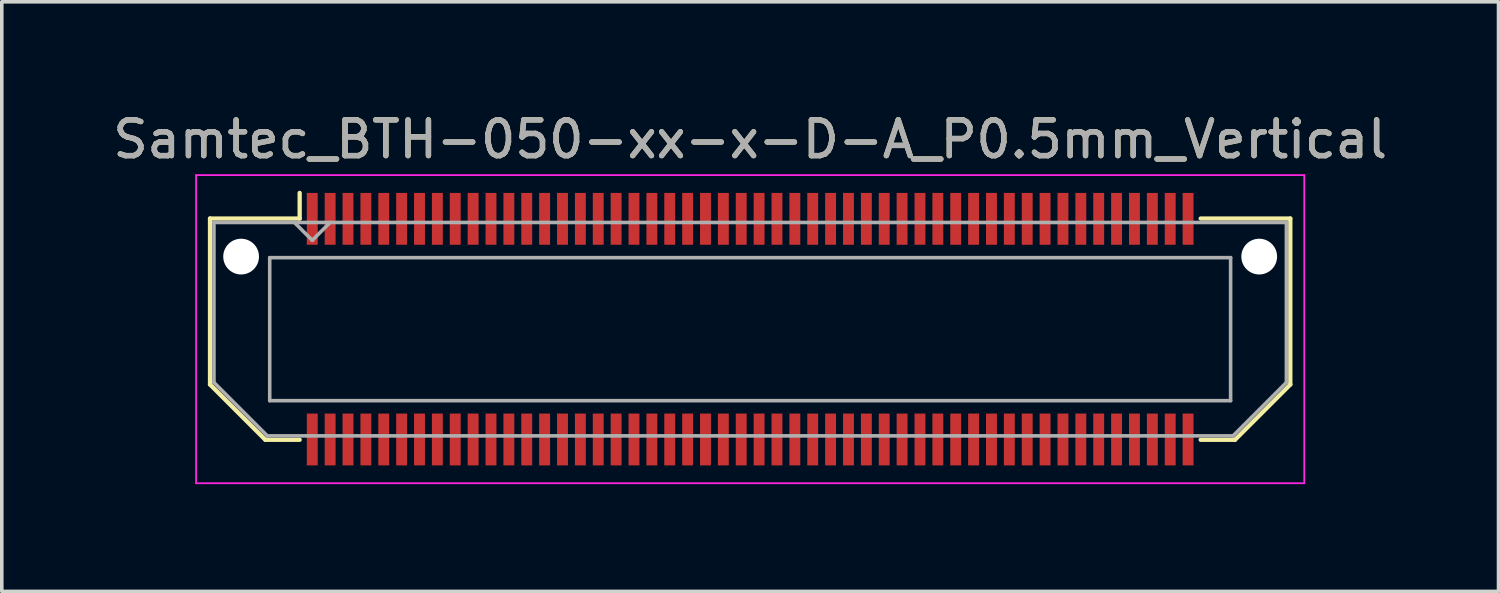
<source format=kicad_pcb>
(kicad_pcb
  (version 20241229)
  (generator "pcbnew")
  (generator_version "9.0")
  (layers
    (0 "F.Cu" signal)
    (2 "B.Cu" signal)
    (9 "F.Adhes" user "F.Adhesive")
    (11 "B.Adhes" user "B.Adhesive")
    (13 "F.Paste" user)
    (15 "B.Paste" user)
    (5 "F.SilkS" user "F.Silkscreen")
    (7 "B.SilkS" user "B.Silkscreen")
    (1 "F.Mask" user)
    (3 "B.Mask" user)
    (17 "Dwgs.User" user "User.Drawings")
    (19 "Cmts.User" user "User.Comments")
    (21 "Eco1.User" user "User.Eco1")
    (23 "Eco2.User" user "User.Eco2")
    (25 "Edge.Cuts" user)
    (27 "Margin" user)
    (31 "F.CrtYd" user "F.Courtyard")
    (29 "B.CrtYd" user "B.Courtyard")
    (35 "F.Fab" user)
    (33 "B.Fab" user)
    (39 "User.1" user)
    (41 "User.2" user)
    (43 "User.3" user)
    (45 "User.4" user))
  (footprint "Samtec_BTH-050-xx-x-D-A_P0.5mm_Vertical"
    (layer "F.Cu")
    (at 17.935 6.158)
    (property "Reference" "Samtec_BTH-050-xx-x-D-A_P0.5mm_Vertical" (at 0 -5.31 0) (layer "F.SilkS") (effects (font (size 1 1) (thickness 0.15))))
    (attr smd)
    (fp_line (start -15.11 -3.095) (end -15.11 1.548) (stroke (width 0.12) (type solid)) (layer "F.SilkS"))
    (fp_line (start -15.11 1.548) (end -13.562 3.095) (stroke (width 0.12) (type solid)) (layer "F.SilkS"))
    (fp_line (start -13.562 3.095) (end -12.602 3.095) (stroke (width 0.12) (type solid)) (layer "F.SilkS"))
    (fp_line (start -12.602 -3.811) (end -12.602 -3.095) (stroke (width 0.12) (type solid)) (layer "F.SilkS"))
    (fp_line (start -12.602 -3.095) (end -15.11 -3.095) (stroke (width 0.12) (type solid)) (layer "F.SilkS"))
    (fp_line (start 12.602 -3.095) (end 15.11 -3.095) (stroke (width 0.12) (type solid)) (layer "F.SilkS"))
    (fp_line (start 13.562 3.095) (end 12.602 3.095) (stroke (width 0.12) (type solid)) (layer "F.SilkS"))
    (fp_line (start 15.11 -3.095) (end 15.11 1.548) (stroke (width 0.12) (type solid)) (layer "F.SilkS"))
    (fp_line (start 15.11 1.548) (end 13.562 3.095) (stroke (width 0.12) (type solid)) (layer "F.SilkS"))
    (fp_line (start -15.5 -4.31) (end -15.5 4.31) (stroke (width 0.05) (type solid)) (layer "F.CrtYd"))
    (fp_line (start -15.5 4.31) (end 15.5 4.31) (stroke (width 0.05) (type solid)) (layer "F.CrtYd"))
    (fp_line (start 15.5 -4.31) (end -15.5 -4.31) (stroke (width 0.05) (type solid)) (layer "F.CrtYd"))
    (fp_line (start 15.5 4.31) (end 15.5 -4.31) (stroke (width 0.05) (type solid)) (layer "F.CrtYd"))
    (fp_line (start -15 -2.985) (end -15 1.492) (stroke (width 0.1) (type solid)) (layer "F.Fab"))
    (fp_line (start -15 -2.985) (end 15 -2.985) (stroke (width 0.1) (type solid)) (layer "F.Fab"))
    (fp_line (start -15 1.492) (end -13.508 2.985) (stroke (width 0.1) (type solid)) (layer "F.Fab"))
    (fp_line (start -13.508 2.985) (end 13.508 2.985) (stroke (width 0.1) (type solid)) (layer "F.Fab"))
    (fp_line (start -13.44 -2) (end -13.44 2) (stroke (width 0.1) (type solid)) (layer "F.Fab"))
    (fp_line (start -13.44 2) (end 13.44 2) (stroke (width 0.1) (type solid)) (layer "F.Fab"))
    (fp_line (start -12.25 -2.485) (end -12.75 -2.985) (stroke (width 0.1) (type solid)) (layer "F.Fab"))
    (fp_line (start -11.75 -2.985) (end -12.25 -2.485) (stroke (width 0.1) (type solid)) (layer "F.Fab"))
    (fp_line (start 13.44 -2) (end -13.44 -2) (stroke (width 0.1) (type solid)) (layer "F.Fab"))
    (fp_line (start 13.44 2) (end 13.44 -2) (stroke (width 0.1) (type solid)) (layer "F.Fab"))
    (fp_line (start 15 -2.985) (end 15 1.492) (stroke (width 0.1) (type solid)) (layer "F.Fab"))
    (fp_line (start 15 1.492) (end 13.508 2.985) (stroke (width 0.1) (type solid)) (layer "F.Fab"))
    (fp_text user "${REFERENCE}" (at 0 -5.31 0) (layer "F.Fab") (effects (font (size 1 1) (thickness 0.15))))
    (pad "" np_thru_hole circle (at -14.24 -2.03) (size 1 1) (drill 1) (layers "*.Cu" "*.Mask"))
    (pad "" np_thru_hole circle (at 14.24 -2.03) (size 1 1) (drill 1) (layers "*.Cu" "*.Mask"))
    (pad "1" smd rect (at -12.25 -3.086) (size 0.305 1.45) (layers "F.Cu" "F.Mask" "F.Paste"))
    (pad "2" smd rect (at -12.25 3.086) (size 0.305 1.45) (layers "F.Cu" "F.Mask" "F.Paste"))
    (pad "3" smd rect (at -11.75 -3.086) (size 0.305 1.45) (layers "F.Cu" "F.Mask" "F.Paste"))
    (pad "4" smd rect (at -11.75 3.086) (size 0.305 1.45) (layers "F.Cu" "F.Mask" "F.Paste"))
    (pad "5" smd rect (at -11.25 -3.086) (size 0.305 1.45) (layers "F.Cu" "F.Mask" "F.Paste"))
    (pad "6" smd rect (at -11.25 3.086) (size 0.305 1.45) (layers "F.Cu" "F.Mask" "F.Paste"))
    (pad "7" smd rect (at -10.75 -3.086) (size 0.305 1.45) (layers "F.Cu" "F.Mask" "F.Paste"))
    (pad "8" smd rect (at -10.75 3.086) (size 0.305 1.45) (layers "F.Cu" "F.Mask" "F.Paste"))
    (pad "9" smd rect (at -10.25 -3.086) (size 0.305 1.45) (layers "F.Cu" "F.Mask" "F.Paste"))
    (pad "10" smd rect (at -10.25 3.086) (size 0.305 1.45) (layers "F.Cu" "F.Mask" "F.Paste"))
    (pad "11" smd rect (at -9.75 -3.086) (size 0.305 1.45) (layers "F.Cu" "F.Mask" "F.Paste"))
    (pad "12" smd rect (at -9.75 3.086) (size 0.305 1.45) (layers "F.Cu" "F.Mask" "F.Paste"))
    (pad "13" smd rect (at -9.25 -3.086) (size 0.305 1.45) (layers "F.Cu" "F.Mask" "F.Paste"))
    (pad "14" smd rect (at -9.25 3.086) (size 0.305 1.45) (layers "F.Cu" "F.Mask" "F.Paste"))
    (pad "15" smd rect (at -8.75 -3.086) (size 0.305 1.45) (layers "F.Cu" "F.Mask" "F.Paste"))
    (pad "16" smd rect (at -8.75 3.086) (size 0.305 1.45) (layers "F.Cu" "F.Mask" "F.Paste"))
    (pad "17" smd rect (at -8.25 -3.086) (size 0.305 1.45) (layers "F.Cu" "F.Mask" "F.Paste"))
    (pad "18" smd rect (at -8.25 3.086) (size 0.305 1.45) (layers "F.Cu" "F.Mask" "F.Paste"))
    (pad "19" smd rect (at -7.75 -3.086) (size 0.305 1.45) (layers "F.Cu" "F.Mask" "F.Paste"))
    (pad "20" smd rect (at -7.75 3.086) (size 0.305 1.45) (layers "F.Cu" "F.Mask" "F.Paste"))
    (pad "21" smd rect (at -7.25 -3.086) (size 0.305 1.45) (layers "F.Cu" "F.Mask" "F.Paste"))
    (pad "22" smd rect (at -7.25 3.086) (size 0.305 1.45) (layers "F.Cu" "F.Mask" "F.Paste"))
    (pad "23" smd rect (at -6.75 -3.086) (size 0.305 1.45) (layers "F.Cu" "F.Mask" "F.Paste"))
    (pad "24" smd rect (at -6.75 3.086) (size 0.305 1.45) (layers "F.Cu" "F.Mask" "F.Paste"))
    (pad "25" smd rect (at -6.25 -3.086) (size 0.305 1.45) (layers "F.Cu" "F.Mask" "F.Paste"))
    (pad "26" smd rect (at -6.25 3.086) (size 0.305 1.45) (layers "F.Cu" "F.Mask" "F.Paste"))
    (pad "27" smd rect (at -5.75 -3.086) (size 0.305 1.45) (layers "F.Cu" "F.Mask" "F.Paste"))
    (pad "28" smd rect (at -5.75 3.086) (size 0.305 1.45) (layers "F.Cu" "F.Mask" "F.Paste"))
    (pad "29" smd rect (at -5.25 -3.086) (size 0.305 1.45) (layers "F.Cu" "F.Mask" "F.Paste"))
    (pad "30" smd rect (at -5.25 3.086) (size 0.305 1.45) (layers "F.Cu" "F.Mask" "F.Paste"))
    (pad "31" smd rect (at -4.75 -3.086) (size 0.305 1.45) (layers "F.Cu" "F.Mask" "F.Paste"))
    (pad "32" smd rect (at -4.75 3.086) (size 0.305 1.45) (layers "F.Cu" "F.Mask" "F.Paste"))
    (pad "33" smd rect (at -4.25 -3.086) (size 0.305 1.45) (layers "F.Cu" "F.Mask" "F.Paste"))
    (pad "34" smd rect (at -4.25 3.086) (size 0.305 1.45) (layers "F.Cu" "F.Mask" "F.Paste"))
    (pad "35" smd rect (at -3.75 -3.086) (size 0.305 1.45) (layers "F.Cu" "F.Mask" "F.Paste"))
    (pad "36" smd rect (at -3.75 3.086) (size 0.305 1.45) (layers "F.Cu" "F.Mask" "F.Paste"))
    (pad "37" smd rect (at -3.25 -3.086) (size 0.305 1.45) (layers "F.Cu" "F.Mask" "F.Paste"))
    (pad "38" smd rect (at -3.25 3.086) (size 0.305 1.45) (layers "F.Cu" "F.Mask" "F.Paste"))
    (pad "39" smd rect (at -2.75 -3.086) (size 0.305 1.45) (layers "F.Cu" "F.Mask" "F.Paste"))
    (pad "40" smd rect (at -2.75 3.086) (size 0.305 1.45) (layers "F.Cu" "F.Mask" "F.Paste"))
    (pad "41" smd rect (at -2.25 -3.086) (size 0.305 1.45) (layers "F.Cu" "F.Mask" "F.Paste"))
    (pad "42" smd rect (at -2.25 3.086) (size 0.305 1.45) (layers "F.Cu" "F.Mask" "F.Paste"))
    (pad "43" smd rect (at -1.75 -3.086) (size 0.305 1.45) (layers "F.Cu" "F.Mask" "F.Paste"))
    (pad "44" smd rect (at -1.75 3.086) (size 0.305 1.45) (layers "F.Cu" "F.Mask" "F.Paste"))
    (pad "45" smd rect (at -1.25 -3.086) (size 0.305 1.45) (layers "F.Cu" "F.Mask" "F.Paste"))
    (pad "46" smd rect (at -1.25 3.086) (size 0.305 1.45) (layers "F.Cu" "F.Mask" "F.Paste"))
    (pad "47" smd rect (at -0.75 -3.086) (size 0.305 1.45) (layers "F.Cu" "F.Mask" "F.Paste"))
    (pad "48" smd rect (at -0.75 3.086) (size 0.305 1.45) (layers "F.Cu" "F.Mask" "F.Paste"))
    (pad "49" smd rect (at -0.25 -3.086) (size 0.305 1.45) (layers "F.Cu" "F.Mask" "F.Paste"))
    (pad "50" smd rect (at -0.25 3.086) (size 0.305 1.45) (layers "F.Cu" "F.Mask" "F.Paste"))
    (pad "51" smd rect (at 0.25 -3.086) (size 0.305 1.45) (layers "F.Cu" "F.Mask" "F.Paste"))
    (pad "52" smd rect (at 0.25 3.086) (size 0.305 1.45) (layers "F.Cu" "F.Mask" "F.Paste"))
    (pad "53" smd rect (at 0.75 -3.086) (size 0.305 1.45) (layers "F.Cu" "F.Mask" "F.Paste"))
    (pad "54" smd rect (at 0.75 3.086) (size 0.305 1.45) (layers "F.Cu" "F.Mask" "F.Paste"))
    (pad "55" smd rect (at 1.25 -3.086) (size 0.305 1.45) (layers "F.Cu" "F.Mask" "F.Paste"))
    (pad "56" smd rect (at 1.25 3.086) (size 0.305 1.45) (layers "F.Cu" "F.Mask" "F.Paste"))
    (pad "57" smd rect (at 1.75 -3.086) (size 0.305 1.45) (layers "F.Cu" "F.Mask" "F.Paste"))
    (pad "58" smd rect (at 1.75 3.086) (size 0.305 1.45) (layers "F.Cu" "F.Mask" "F.Paste"))
    (pad "59" smd rect (at 2.25 -3.086) (size 0.305 1.45) (layers "F.Cu" "F.Mask" "F.Paste"))
    (pad "60" smd rect (at 2.25 3.086) (size 0.305 1.45) (layers "F.Cu" "F.Mask" "F.Paste"))
    (pad "61" smd rect (at 2.75 -3.086) (size 0.305 1.45) (layers "F.Cu" "F.Mask" "F.Paste"))
    (pad "62" smd rect (at 2.75 3.086) (size 0.305 1.45) (layers "F.Cu" "F.Mask" "F.Paste"))
    (pad "63" smd rect (at 3.25 -3.086) (size 0.305 1.45) (layers "F.Cu" "F.Mask" "F.Paste"))
    (pad "64" smd rect (at 3.25 3.086) (size 0.305 1.45) (layers "F.Cu" "F.Mask" "F.Paste"))
    (pad "65" smd rect (at 3.75 -3.086) (size 0.305 1.45) (layers "F.Cu" "F.Mask" "F.Paste"))
    (pad "66" smd rect (at 3.75 3.086) (size 0.305 1.45) (layers "F.Cu" "F.Mask" "F.Paste"))
    (pad "67" smd rect (at 4.25 -3.086) (size 0.305 1.45) (layers "F.Cu" "F.Mask" "F.Paste"))
    (pad "68" smd rect (at 4.25 3.086) (size 0.305 1.45) (layers "F.Cu" "F.Mask" "F.Paste"))
    (pad "69" smd rect (at 4.75 -3.086) (size 0.305 1.45) (layers "F.Cu" "F.Mask" "F.Paste"))
    (pad "70" smd rect (at 4.75 3.086) (size 0.305 1.45) (layers "F.Cu" "F.Mask" "F.Paste"))
    (pad "71" smd rect (at 5.25 -3.086) (size 0.305 1.45) (layers "F.Cu" "F.Mask" "F.Paste"))
    (pad "72" smd rect (at 5.25 3.086) (size 0.305 1.45) (layers "F.Cu" "F.Mask" "F.Paste"))
    (pad "73" smd rect (at 5.75 -3.086) (size 0.305 1.45) (layers "F.Cu" "F.Mask" "F.Paste"))
    (pad "74" smd rect (at 5.75 3.086) (size 0.305 1.45) (layers "F.Cu" "F.Mask" "F.Paste"))
    (pad "75" smd rect (at 6.25 -3.086) (size 0.305 1.45) (layers "F.Cu" "F.Mask" "F.Paste"))
    (pad "76" smd rect (at 6.25 3.086) (size 0.305 1.45) (layers "F.Cu" "F.Mask" "F.Paste"))
    (pad "77" smd rect (at 6.75 -3.086) (size 0.305 1.45) (layers "F.Cu" "F.Mask" "F.Paste"))
    (pad "78" smd rect (at 6.75 3.086) (size 0.305 1.45) (layers "F.Cu" "F.Mask" "F.Paste"))
    (pad "79" smd rect (at 7.25 -3.086) (size 0.305 1.45) (layers "F.Cu" "F.Mask" "F.Paste"))
    (pad "80" smd rect (at 7.25 3.086) (size 0.305 1.45) (layers "F.Cu" "F.Mask" "F.Paste"))
    (pad "81" smd rect (at 7.75 -3.086) (size 0.305 1.45) (layers "F.Cu" "F.Mask" "F.Paste"))
    (pad "82" smd rect (at 7.75 3.086) (size 0.305 1.45) (layers "F.Cu" "F.Mask" "F.Paste"))
    (pad "83" smd rect (at 8.25 -3.086) (size 0.305 1.45) (layers "F.Cu" "F.Mask" "F.Paste"))
    (pad "84" smd rect (at 8.25 3.086) (size 0.305 1.45) (layers "F.Cu" "F.Mask" "F.Paste"))
    (pad "85" smd rect (at 8.75 -3.086) (size 0.305 1.45) (layers "F.Cu" "F.Mask" "F.Paste"))
    (pad "86" smd rect (at 8.75 3.086) (size 0.305 1.45) (layers "F.Cu" "F.Mask" "F.Paste"))
    (pad "87" smd rect (at 9.25 -3.086) (size 0.305 1.45) (layers "F.Cu" "F.Mask" "F.Paste"))
    (pad "88" smd rect (at 9.25 3.086) (size 0.305 1.45) (layers "F.Cu" "F.Mask" "F.Paste"))
    (pad "89" smd rect (at 9.75 -3.086) (size 0.305 1.45) (layers "F.Cu" "F.Mask" "F.Paste"))
    (pad "90" smd rect (at 9.75 3.086) (size 0.305 1.45) (layers "F.Cu" "F.Mask" "F.Paste"))
    (pad "91" smd rect (at 10.25 -3.086) (size 0.305 1.45) (layers "F.Cu" "F.Mask" "F.Paste"))
    (pad "92" smd rect (at 10.25 3.086) (size 0.305 1.45) (layers "F.Cu" "F.Mask" "F.Paste"))
    (pad "93" smd rect (at 10.75 -3.086) (size 0.305 1.45) (layers "F.Cu" "F.Mask" "F.Paste"))
    (pad "94" smd rect (at 10.75 3.086) (size 0.305 1.45) (layers "F.Cu" "F.Mask" "F.Paste"))
    (pad "95" smd rect (at 11.25 -3.086) (size 0.305 1.45) (layers "F.Cu" "F.Mask" "F.Paste"))
    (pad "96" smd rect (at 11.25 3.086) (size 0.305 1.45) (layers "F.Cu" "F.Mask" "F.Paste"))
    (pad "97" smd rect (at 11.75 -3.086) (size 0.305 1.45) (layers "F.Cu" "F.Mask" "F.Paste"))
    (pad "98" smd rect (at 11.75 3.086) (size 0.305 1.45) (layers "F.Cu" "F.Mask" "F.Paste"))
    (pad "99" smd rect (at 12.25 -3.086) (size 0.305 1.45) (layers "F.Cu" "F.Mask" "F.Paste"))
    (pad "100" smd rect (at 12.25 3.086) (size 0.305 1.45) (layers "F.Cu" "F.Mask" "F.Paste")))
  (gr_rect
    (start -3 -3)
    (end 38.869 13.493)
    (stroke (width 0.1) (type default))
    (fill no)
    (layer "Edge.Cuts")))
</source>
